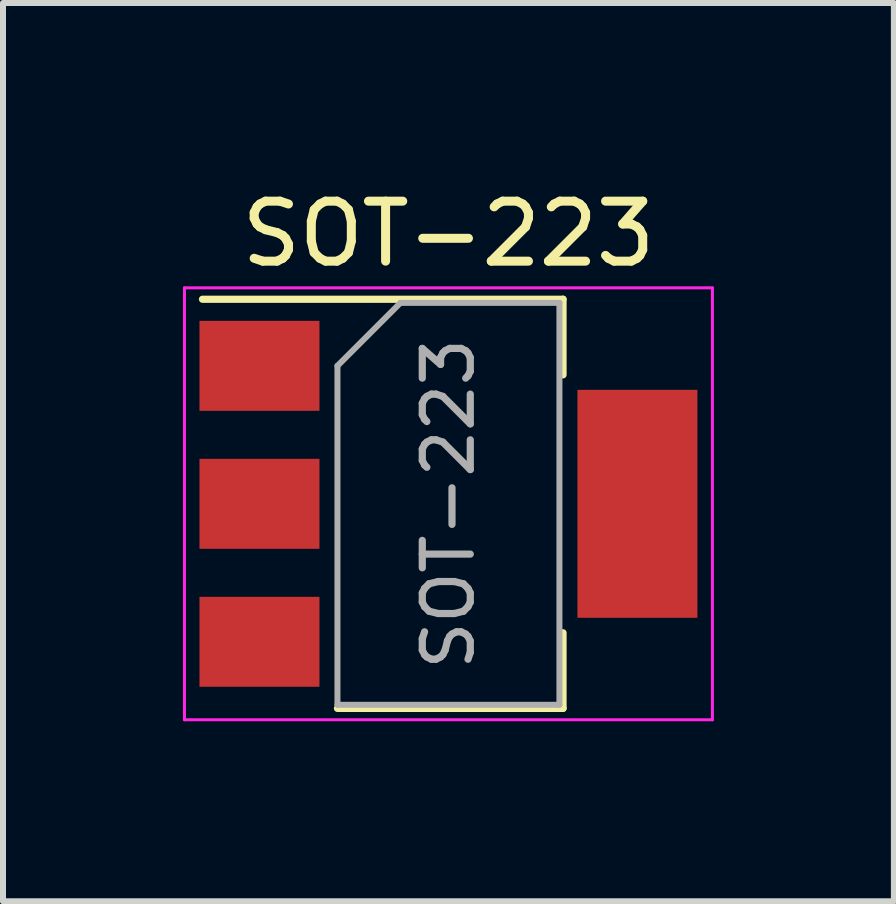
<source format=kicad_pcb>
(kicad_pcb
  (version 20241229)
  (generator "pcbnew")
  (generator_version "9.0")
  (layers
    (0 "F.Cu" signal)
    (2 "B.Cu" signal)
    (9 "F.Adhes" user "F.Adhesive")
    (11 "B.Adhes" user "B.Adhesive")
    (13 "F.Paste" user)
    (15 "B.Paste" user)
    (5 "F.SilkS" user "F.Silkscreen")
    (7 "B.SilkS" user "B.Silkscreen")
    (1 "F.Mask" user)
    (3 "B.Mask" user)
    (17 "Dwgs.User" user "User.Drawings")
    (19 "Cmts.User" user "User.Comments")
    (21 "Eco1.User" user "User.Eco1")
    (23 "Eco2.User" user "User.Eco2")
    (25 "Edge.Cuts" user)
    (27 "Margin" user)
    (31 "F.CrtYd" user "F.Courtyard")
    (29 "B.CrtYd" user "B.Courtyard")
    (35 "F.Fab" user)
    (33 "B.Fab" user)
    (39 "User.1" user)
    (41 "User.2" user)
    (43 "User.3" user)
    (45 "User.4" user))
  (footprint "SOT-223"
    (layer "F.Cu")
    (at 4.425 5.348)
    (property "Reference" "SOT-223" (at 0 -4.5 0) (layer "F.SilkS") (effects (font (size 1 1) (thickness 0.15))))
    (attr smd)
    (fp_line (start -4.1 -3.41) (end 1.91 -3.41) (stroke (width 0.12) (type solid)) (layer "F.SilkS"))
    (fp_line (start -1.85 3.41) (end 1.91 3.41) (stroke (width 0.12) (type solid)) (layer "F.SilkS"))
    (fp_line (start 1.91 -3.41) (end 1.91 -2.15) (stroke (width 0.12) (type solid)) (layer "F.SilkS"))
    (fp_line (start 1.91 3.41) (end 1.91 2.15) (stroke (width 0.12) (type solid)) (layer "F.SilkS"))
    (fp_line (start -4.4 -3.6) (end -4.4 3.6) (stroke (width 0.05) (type solid)) (layer "F.CrtYd"))
    (fp_line (start -4.4 3.6) (end 4.4 3.6) (stroke (width 0.05) (type solid)) (layer "F.CrtYd"))
    (fp_line (start 4.4 -3.6) (end -4.4 -3.6) (stroke (width 0.05) (type solid)) (layer "F.CrtYd"))
    (fp_line (start 4.4 3.6) (end 4.4 -3.6) (stroke (width 0.05) (type solid)) (layer "F.CrtYd"))
    (fp_line (start -1.85 -2.3) (end -1.85 3.35) (stroke (width 0.1) (type solid)) (layer "F.Fab"))
    (fp_line (start -1.85 -2.3) (end -0.8 -3.35) (stroke (width 0.1) (type solid)) (layer "F.Fab"))
    (fp_line (start -1.85 3.35) (end 1.85 3.35) (stroke (width 0.1) (type solid)) (layer "F.Fab"))
    (fp_line (start -0.8 -3.35) (end 1.85 -3.35) (stroke (width 0.1) (type solid)) (layer "F.Fab"))
    (fp_line (start 1.85 -3.35) (end 1.85 3.35) (stroke (width 0.1) (type solid)) (layer "F.Fab"))
    (fp_text user "${REFERENCE}" (at 0 0 90) (layer "F.Fab") (effects (font (size 0.8 0.8) (thickness 0.12))))
    (pad "1" smd rect (at -3.15 -2.3) (size 2 1.5) (layers "F.Cu" "F.Mask" "F.Paste"))
    (pad "2" smd rect (at -3.15 0) (size 2 1.5) (layers "F.Cu" "F.Mask" "F.Paste"))
    (pad "2" smd rect (at 3.15 0) (size 2 3.8) (layers "F.Cu" "F.Mask" "F.Paste"))
    (pad "3" smd rect (at -3.15 2.3) (size 2 1.5) (layers "F.Cu" "F.Mask" "F.Paste")))
  (gr_rect
    (start -3 -3)
    (end 11.85 11.973)
    (stroke (width 0.1) (type default))
    (fill no)
    (layer "Edge.Cuts")))
</source>
